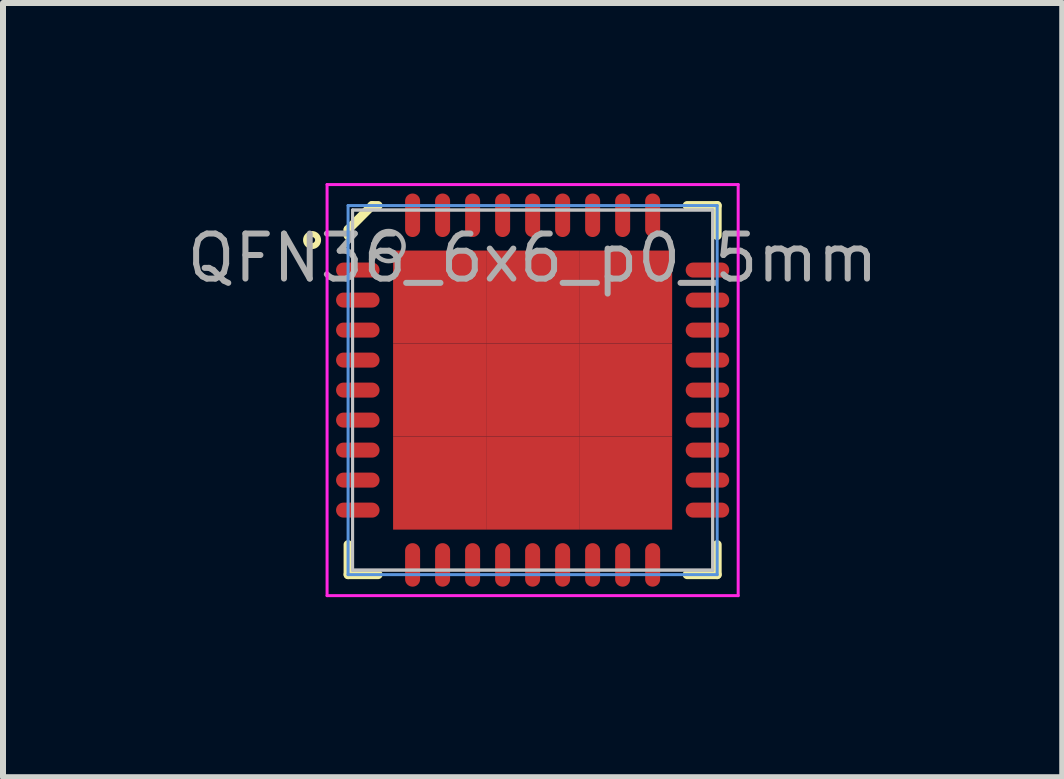
<source format=kicad_pcb>
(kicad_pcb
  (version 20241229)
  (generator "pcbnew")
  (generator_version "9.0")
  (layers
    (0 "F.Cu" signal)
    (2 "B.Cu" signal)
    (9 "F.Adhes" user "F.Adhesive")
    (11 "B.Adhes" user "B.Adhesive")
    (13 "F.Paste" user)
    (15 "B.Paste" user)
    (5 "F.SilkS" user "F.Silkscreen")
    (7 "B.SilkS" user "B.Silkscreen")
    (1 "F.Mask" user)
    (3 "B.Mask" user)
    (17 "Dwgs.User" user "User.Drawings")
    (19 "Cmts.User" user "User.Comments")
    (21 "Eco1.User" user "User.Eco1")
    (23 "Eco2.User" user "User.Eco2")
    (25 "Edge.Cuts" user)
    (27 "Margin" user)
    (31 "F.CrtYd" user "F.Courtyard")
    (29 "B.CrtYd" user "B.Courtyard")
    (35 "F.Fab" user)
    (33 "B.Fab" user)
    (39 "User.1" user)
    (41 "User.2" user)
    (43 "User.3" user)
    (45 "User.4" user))
  (footprint "QFN36_6x6_p0_5mm"
    (layer "F.Cu")
    (at 5.825 3.45)
    (property "Reference" "QFN36_6x6_p0_5mm" (at 0 -2.2 0) (layer "F.Fab") (effects (font (size 0.75 0.75) (thickness 0.1))))
    (attr through_hole)
    (fp_line (start -3.075 -2.675) (end -3.075 -2.575) (stroke (width 0.15) (type solid)) (layer "F.SilkS"))
    (fp_line (start -3.075 -2.675) (end -2.675 -3.075) (stroke (width 0.15) (type solid)) (layer "F.SilkS"))
    (fp_line (start -3.075 3.075) (end -3.075 2.575) (stroke (width 0.15) (type solid)) (layer "F.SilkS"))
    (fp_line (start -3.075 3.075) (end -2.575 3.075) (stroke (width 0.15) (type solid)) (layer "F.SilkS"))
    (fp_line (start -2.575 -3.075) (end -2.675 -3.075) (stroke (width 0.15) (type solid)) (layer "F.SilkS"))
    (fp_line (start 3.075 -3.075) (end 2.575 -3.075) (stroke (width 0.15) (type solid)) (layer "F.SilkS"))
    (fp_line (start 3.075 -3.075) (end 3.075 -2.575) (stroke (width 0.15) (type solid)) (layer "F.SilkS"))
    (fp_line (start 3.075 3.075) (end 2.575 3.075) (stroke (width 0.15) (type solid)) (layer "F.SilkS"))
    (fp_line (start 3.075 3.075) (end 3.075 2.575) (stroke (width 0.15) (type solid)) (layer "F.SilkS"))
    (fp_circle (center -3.675 -2.5) (end -3.604 -2.429) (stroke (width 0.1) (type solid)) (fill no) (layer "F.SilkS"))
    (fp_line (start -3 -3) (end -3 3) (stroke (width 0.05) (type solid)) (layer "Dwgs.User"))
    (fp_line (start -3 -3) (end 3 -3) (stroke (width 0.05) (type solid)) (layer "Dwgs.User"))
    (fp_line (start -3 3) (end 3 3) (stroke (width 0.05) (type solid)) (layer "Dwgs.User"))
    (fp_line (start 3 -3) (end 3 3) (stroke (width 0.05) (type solid)) (layer "Dwgs.User"))
    (fp_line (start -3.075 -3.075) (end -3.075 3.075) (stroke (width 0.05) (type solid)) (layer "Cmts.User"))
    (fp_line (start -3.075 -3.075) (end 3.075 -3.075) (stroke (width 0.05) (type solid)) (layer "Cmts.User"))
    (fp_line (start -3.075 3.075) (end 3.075 3.075) (stroke (width 0.05) (type solid)) (layer "Cmts.User"))
    (fp_line (start 3.075 -3.075) (end 3.075 3.075) (stroke (width 0.05) (type solid)) (layer "Cmts.User"))
    (fp_line (start -2.925 -2.925) (end -2.925 2.925) (stroke (width 0.05) (type solid)) (layer "Eco1.User"))
    (fp_line (start -2.925 -2.925) (end 2.925 -2.925) (stroke (width 0.05) (type solid)) (layer "Eco1.User"))
    (fp_line (start -2.925 2.925) (end 2.925 2.925) (stroke (width 0.05) (type solid)) (layer "Eco1.User"))
    (fp_line (start 2.925 -2.925) (end 2.925 2.925) (stroke (width 0.05) (type solid)) (layer "Eco1.User"))
    (fp_line (start -3.425 -3.425) (end -3.425 3.425) (stroke (width 0.05) (type solid)) (layer "F.CrtYd"))
    (fp_line (start -3.425 -3.425) (end 3.425 -3.425) (stroke (width 0.05) (type solid)) (layer "F.CrtYd"))
    (fp_line (start -3.425 3.425) (end 3.425 3.425) (stroke (width 0.05) (type solid)) (layer "F.CrtYd"))
    (fp_line (start 3.425 -3.425) (end 3.425 3.425) (stroke (width 0.05) (type solid)) (layer "F.CrtYd"))
    (fp_line (start -3 -3) (end -3 3) (stroke (width 0.05) (type solid)) (layer "F.Fab"))
    (fp_line (start -3 -3) (end 3 -3) (stroke (width 0.05) (type solid)) (layer "F.Fab"))
    (fp_line (start -3 3) (end 3 3) (stroke (width 0.05) (type solid)) (layer "F.Fab"))
    (fp_line (start 3 -3) (end 3 3) (stroke (width 0.05) (type solid)) (layer "F.Fab"))
    (fp_circle (center -2.4 -2.4) (end -2.223 -2.223) (stroke (width 0.075) (type solid)) (fill no) (layer "F.Fab"))
    (pad "1" smd oval (at -2.913 -2 180) (size 0.725 0.25) (layers "F.Cu" "F.Mask" "F.Paste"))
    (pad "2" smd oval (at -2.913 -1.5 180) (size 0.725 0.25) (layers "F.Cu" "F.Mask" "F.Paste"))
    (pad "3" smd oval (at -2.913 -1 180) (size 0.725 0.25) (layers "F.Cu" "F.Mask" "F.Paste"))
    (pad "4" smd oval (at -2.913 -0.5 180) (size 0.725 0.25) (layers "F.Cu" "F.Mask" "F.Paste"))
    (pad "5" smd oval (at -2.913 0 180) (size 0.725 0.25) (layers "F.Cu" "F.Mask" "F.Paste"))
    (pad "6" smd oval (at -2.913 0.5 180) (size 0.725 0.25) (layers "F.Cu" "F.Mask" "F.Paste"))
    (pad "7" smd oval (at -2.913 1 180) (size 0.725 0.25) (layers "F.Cu" "F.Mask" "F.Paste"))
    (pad "8" smd oval (at -2.913 1.5 180) (size 0.725 0.25) (layers "F.Cu" "F.Mask" "F.Paste"))
    (pad "9" smd oval (at -2.913 2 180) (size 0.725 0.25) (layers "F.Cu" "F.Mask" "F.Paste"))
    (pad "10" smd oval (at -2 2.913 270) (size 0.725 0.25) (layers "F.Cu" "F.Mask" "F.Paste"))
    (pad "11" smd oval (at -1.5 2.913 270) (size 0.725 0.25) (layers "F.Cu" "F.Mask" "F.Paste"))
    (pad "12" smd oval (at -1 2.913 270) (size 0.725 0.25) (layers "F.Cu" "F.Mask" "F.Paste"))
    (pad "13" smd oval (at -0.5 2.913 270) (size 0.725 0.25) (layers "F.Cu" "F.Mask" "F.Paste"))
    (pad "14" smd oval (at 0 2.913 270) (size 0.725 0.25) (layers "F.Cu" "F.Mask" "F.Paste"))
    (pad "15" smd oval (at 0.5 2.913 270) (size 0.725 0.25) (layers "F.Cu" "F.Mask" "F.Paste"))
    (pad "16" smd oval (at 1 2.913 270) (size 0.725 0.25) (layers "F.Cu" "F.Mask" "F.Paste"))
    (pad "17" smd oval (at 1.5 2.913 270) (size 0.725 0.25) (layers "F.Cu" "F.Mask" "F.Paste"))
    (pad "18" smd oval (at 2 2.913 270) (size 0.725 0.25) (layers "F.Cu" "F.Mask" "F.Paste"))
    (pad "19" smd oval (at 2.913 2) (size 0.725 0.25) (layers "F.Cu" "F.Mask" "F.Paste"))
    (pad "20" smd oval (at 2.913 1.5) (size 0.725 0.25) (layers "F.Cu" "F.Mask" "F.Paste"))
    (pad "21" smd oval (at 2.913 1) (size 0.725 0.25) (layers "F.Cu" "F.Mask" "F.Paste"))
    (pad "22" smd oval (at 2.913 0.5) (size 0.725 0.25) (layers "F.Cu" "F.Mask" "F.Paste"))
    (pad "23" smd oval (at 2.913 0) (size 0.725 0.25) (layers "F.Cu" "F.Mask" "F.Paste"))
    (pad "24" smd oval (at 2.913 -0.5) (size 0.725 0.25) (layers "F.Cu" "F.Mask" "F.Paste"))
    (pad "25" smd oval (at 2.913 -1) (size 0.725 0.25) (layers "F.Cu" "F.Mask" "F.Paste"))
    (pad "26" smd oval (at 2.913 -1.5) (size 0.725 0.25) (layers "F.Cu" "F.Mask" "F.Paste"))
    (pad "27" smd oval (at 2.913 -2) (size 0.725 0.25) (layers "F.Cu" "F.Mask" "F.Paste"))
    (pad "28" smd oval (at 2 -2.913 90) (size 0.725 0.25) (layers "F.Cu" "F.Mask" "F.Paste"))
    (pad "29" smd oval (at 1.5 -2.913 90) (size 0.725 0.25) (layers "F.Cu" "F.Mask" "F.Paste"))
    (pad "30" smd oval (at 1 -2.913 90) (size 0.725 0.25) (layers "F.Cu" "F.Mask" "F.Paste"))
    (pad "31" smd oval (at 0.5 -2.913 90) (size 0.725 0.25) (layers "F.Cu" "F.Mask" "F.Paste"))
    (pad "32" smd oval (at 0 -2.913 90) (size 0.725 0.25) (layers "F.Cu" "F.Mask" "F.Paste"))
    (pad "33" smd oval (at -0.5 -2.913 90) (size 0.725 0.25) (layers "F.Cu" "F.Mask" "F.Paste"))
    (pad "34" smd oval (at -1 -2.913 90) (size 0.725 0.25) (layers "F.Cu" "F.Mask" "F.Paste"))
    (pad "35" smd oval (at -1.5 -2.913 90) (size 0.725 0.25) (layers "F.Cu" "F.Mask" "F.Paste"))
    (pad "36" smd oval (at -2 -2.913 90) (size 0.725 0.25) (layers "F.Cu" "F.Mask" "F.Paste"))
    (pad "37" smd rect (at -1.55 -1.55) (size 1.55 1.55) (layers "F.Cu" "F.Mask" "F.Paste"))
    (pad "37" smd rect (at -1.55 0) (size 1.55 1.55) (layers "F.Cu" "F.Mask" "F.Paste"))
    (pad "37" smd rect (at -1.55 1.55) (size 1.55 1.55) (layers "F.Cu" "F.Mask" "F.Paste"))
    (pad "37" smd rect (at 0 -1.55) (size 1.55 1.55) (layers "F.Cu" "F.Mask" "F.Paste"))
    (pad "37" smd rect (at 0 0) (size 1.55 1.55) (layers "F.Cu" "F.Mask" "F.Paste"))
    (pad "37" smd rect (at 0 1.55) (size 1.55 1.55) (layers "F.Cu" "F.Mask" "F.Paste"))
    (pad "37" smd rect (at 1.55 -1.55) (size 1.55 1.55) (layers "F.Cu" "F.Mask" "F.Paste"))
    (pad "37" smd rect (at 1.55 0) (size 1.55 1.55) (layers "F.Cu" "F.Mask" "F.Paste"))
    (pad "37" smd rect (at 1.55 1.55) (size 1.55 1.55) (layers "F.Cu" "F.Mask" "F.Paste")))
  (gr_rect
    (start -3 -3)
    (end 14.65 9.9)
    (stroke (width 0.1) (type default))
    (fill no)
    (layer "Edge.Cuts")))
</source>
